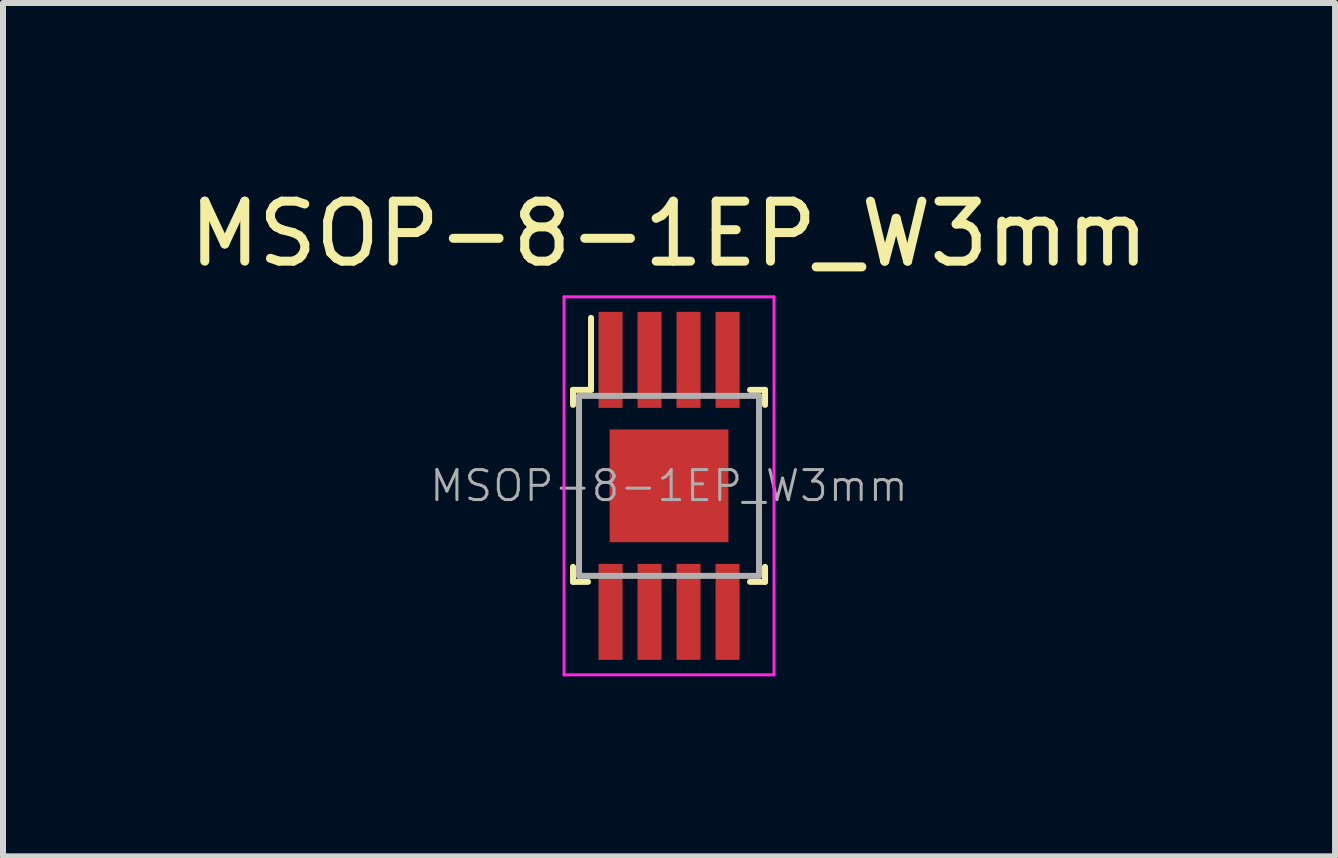
<source format=kicad_pcb>
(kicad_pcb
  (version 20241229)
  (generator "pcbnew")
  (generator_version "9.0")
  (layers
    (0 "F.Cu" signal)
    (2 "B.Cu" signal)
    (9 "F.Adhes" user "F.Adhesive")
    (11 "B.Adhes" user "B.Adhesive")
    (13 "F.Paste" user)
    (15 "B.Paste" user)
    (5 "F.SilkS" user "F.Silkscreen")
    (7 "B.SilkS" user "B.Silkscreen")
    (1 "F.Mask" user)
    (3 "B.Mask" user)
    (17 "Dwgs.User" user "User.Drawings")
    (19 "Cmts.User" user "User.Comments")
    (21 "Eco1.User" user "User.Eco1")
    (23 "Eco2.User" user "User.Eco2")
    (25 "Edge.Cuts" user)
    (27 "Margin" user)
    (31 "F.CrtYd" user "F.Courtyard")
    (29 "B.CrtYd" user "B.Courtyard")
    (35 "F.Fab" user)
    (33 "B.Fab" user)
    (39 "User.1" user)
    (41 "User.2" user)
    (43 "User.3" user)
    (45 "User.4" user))
  (footprint "MSOP-8-1EP_W3mm"
    (layer "F.Cu")
    (at 8.101 5.048)
    (property "Reference" "MSOP-8-1EP_W3mm" (at 0 -4.2 0) (layer "F.SilkS") (effects (font (size 1 1) (thickness 0.15))))
    (attr smd)
    (fp_line (start -1.6 -1.6) (end -1.6 -1.35) (stroke (width 0.1) (type solid)) (layer "F.SilkS"))
    (fp_line (start -1.6 -1.6) (end -1.3 -1.6) (stroke (width 0.1) (type solid)) (layer "F.SilkS"))
    (fp_line (start -1.6 1.6) (end -1.6 1.35) (stroke (width 0.1) (type solid)) (layer "F.SilkS"))
    (fp_line (start -1.6 1.6) (end -1.35 1.6) (stroke (width 0.1) (type solid)) (layer "F.SilkS"))
    (fp_line (start -1.3 -1.6) (end -1.3 -2.8) (stroke (width 0.1) (type solid)) (layer "F.SilkS"))
    (fp_line (start 1.6 -1.6) (end 1.35 -1.6) (stroke (width 0.1) (type solid)) (layer "F.SilkS"))
    (fp_line (start 1.6 -1.6) (end 1.6 -1.35) (stroke (width 0.1) (type solid)) (layer "F.SilkS"))
    (fp_line (start 1.6 1.6) (end 1.35 1.6) (stroke (width 0.1) (type solid)) (layer "F.SilkS"))
    (fp_line (start 1.6 1.6) (end 1.6 1.35) (stroke (width 0.1) (type solid)) (layer "F.SilkS"))
    (fp_line (start -1.75 -3.15) (end 1.75 -3.15) (stroke (width 0.05) (type solid)) (layer "F.CrtYd"))
    (fp_line (start -1.75 3.15) (end -1.75 -3.15) (stroke (width 0.05) (type solid)) (layer "F.CrtYd"))
    (fp_line (start -1.75 3.15) (end 1.75 3.15) (stroke (width 0.05) (type solid)) (layer "F.CrtYd"))
    (fp_line (start 1.75 3.15) (end 1.75 -3.15) (stroke (width 0.05) (type solid)) (layer "F.CrtYd"))
    (fp_line (start -1.5 -1.5) (end -1.5 1.5) (stroke (width 0.1) (type solid)) (layer "F.Fab"))
    (fp_line (start -1.5 -1.5) (end 1.5 -1.5) (stroke (width 0.1) (type solid)) (layer "F.Fab"))
    (fp_line (start -1.5 1.5) (end 1.5 1.5) (stroke (width 0.1) (type solid)) (layer "F.Fab"))
    (fp_line (start 1.5 1.5) (end 1.5 -1.5) (stroke (width 0.1) (type solid)) (layer "F.Fab"))
    (fp_text user "${REFERENCE}" (at 0 0 0) (layer "F.Fab") (effects (font (size 0.5 0.5) (thickness 0.05))))
    (pad "1" smd rect (at -0.975 2.1) (size 0.4 1.6) (layers "F.Cu" "F.Mask" "F.Paste"))
    (pad "2" smd rect (at -0.325 2.1) (size 0.4 1.6) (layers "F.Cu" "F.Mask" "F.Paste"))
    (pad "3" smd rect (at 0.325 2.1) (size 0.4 1.6) (layers "F.Cu" "F.Mask" "F.Paste"))
    (pad "4" smd rect (at 0.975 2.1) (size 0.4 1.6) (layers "F.Cu" "F.Mask" "F.Paste"))
    (pad "5" smd rect (at 0.975 -2.1) (size 0.4 1.6) (layers "F.Cu" "F.Mask" "F.Paste"))
    (pad "6" smd rect (at 0.325 -2.1) (size 0.4 1.6) (layers "F.Cu" "F.Mask" "F.Paste"))
    (pad "7" smd rect (at -0.325 -2.1) (size 0.4 1.6) (layers "F.Cu" "F.Mask" "F.Paste"))
    (pad "8" smd rect (at -0.975 -2.1) (size 0.4 1.6) (layers "F.Cu" "F.Mask" "F.Paste"))
    (pad "9" smd rect (at 0 0) (size 1.98 1.88) (layers "F.Cu" "F.Mask" "F.Paste")))
  (gr_rect
    (start -3 -3)
    (end 19.202 11.223)
    (stroke (width 0.1) (type default))
    (fill no)
    (layer "Edge.Cuts")))
</source>
